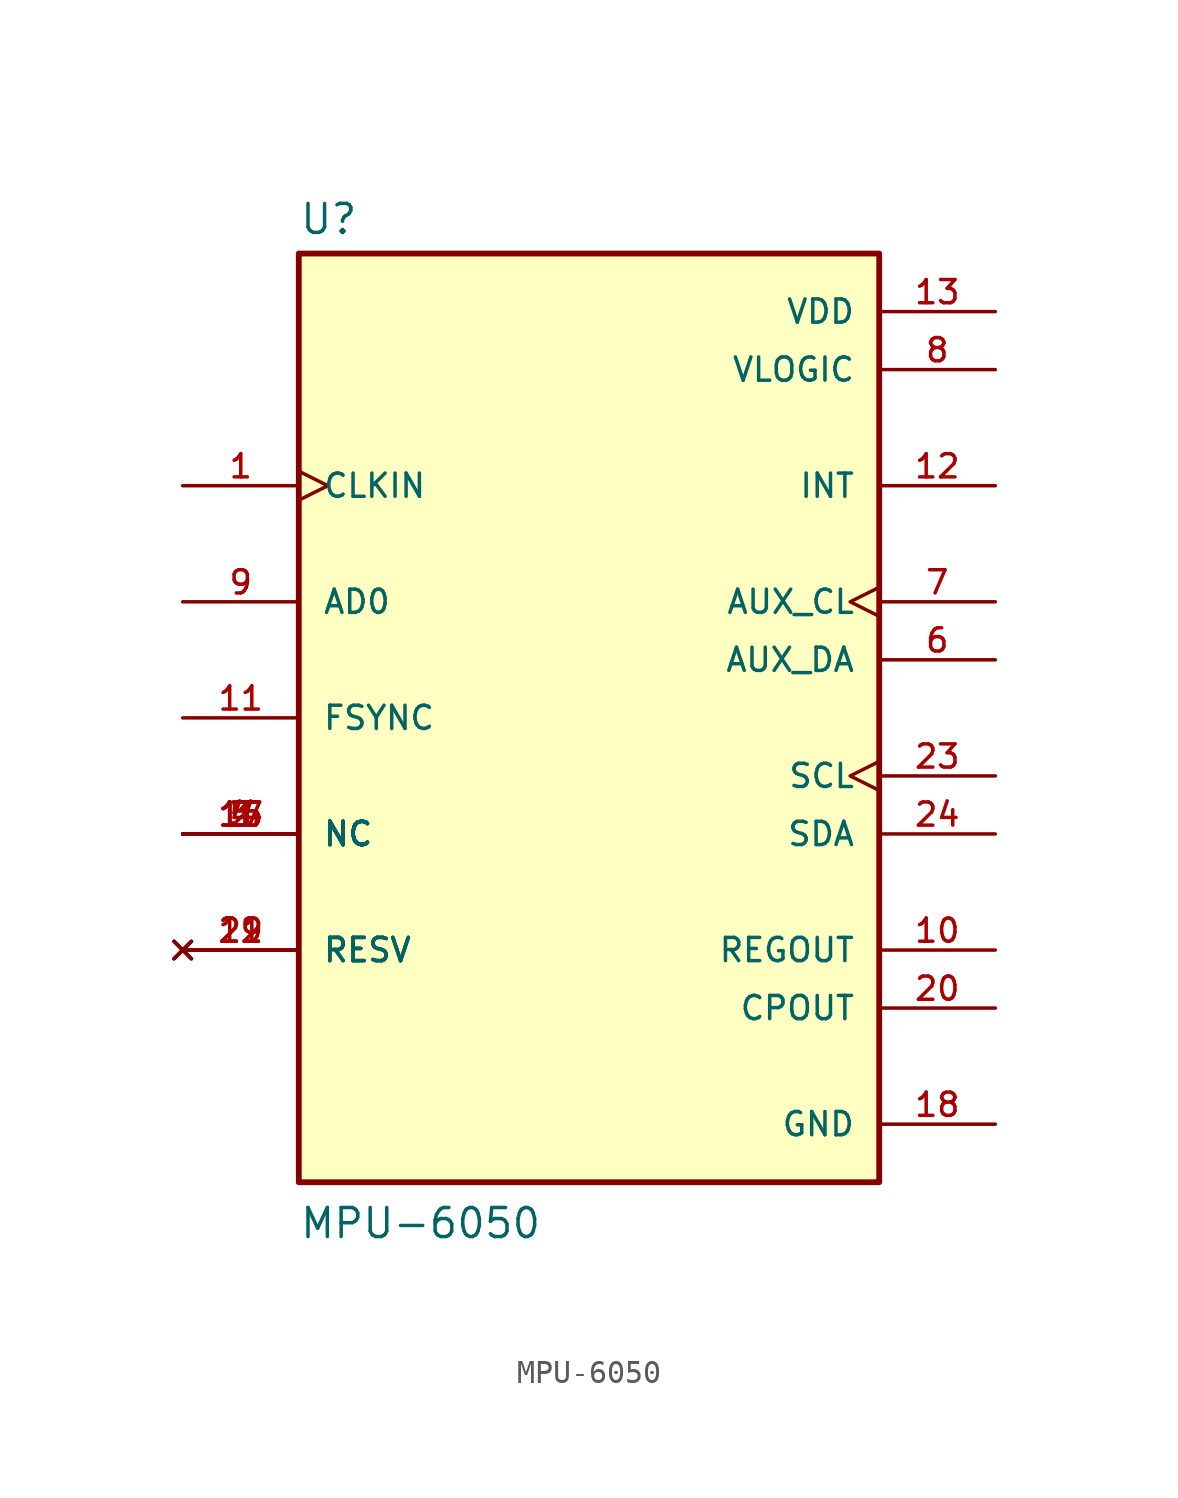
<source format=kicad_sym>
(kicad_symbol_lib
  (version 20241209)
  (generator "kicad_symbol_editor")
  (generator_version "9.0")
  (symbol "MPU-6050"
    (pin_names
      (offset 1.016))
    (property "Reference" "U"
      (at -12.7 21.082 0)
      (effects (font (size 1.27 1.27)) (justify left bottom)))
    (property "Value" "MPU-6050"
      (at -12.7 -22.86 0)
      (effects (font (size 1.27 1.27)) (justify left bottom)))
    (symbol "MPU-6050_0_0"
      (rectangle (start -12.7 -20.32) (end 12.7 20.32) (stroke (width 0.254) (type default)) (fill (type background)))
      (pin input clock (at -17.78 10.16 0) (length 5.08) (name "CLKIN" (effects (font (size 1.016 1.016)))) (number "1" (effects (font (size 1.016 1.016)))))
      (pin input line (at -17.78 5.08 0) (length 5.08) (name "AD0" (effects (font (size 1.016 1.016)))) (number "9" (effects (font (size 1.016 1.016)))))
      (pin input line (at -17.78 0 0) (length 5.08) (name "FSYNC" (effects (font (size 1.016 1.016)))) (number "11" (effects (font (size 1.016 1.016)))))
      (pin passive line (at -17.78 -5.08 0) (length 5.08) (name "NC" (effects (font (size 1.016 1.016)))) (number "14" (effects (font (size 1.016 1.016)))))
      (pin passive line (at -17.78 -5.08 0) (length 5.08) (name "NC" (effects (font (size 1.016 1.016)))) (number "15" (effects (font (size 1.016 1.016)))))
      (pin passive line (at -17.78 -5.08 0) (length 5.08) (name "NC" (effects (font (size 1.016 1.016)))) (number "16" (effects (font (size 1.016 1.016)))))
      (pin passive line (at -17.78 -5.08 0) (length 5.08) (name "NC" (effects (font (size 1.016 1.016)))) (number "17" (effects (font (size 1.016 1.016)))))
      (pin passive line (at -17.78 -5.08 0) (length 5.08) (name "NC" (effects (font (size 1.016 1.016)))) (number "2" (effects (font (size 1.016 1.016)))))
      (pin passive line (at -17.78 -5.08 0) (length 5.08) (name "NC" (effects (font (size 1.016 1.016)))) (number "3" (effects (font (size 1.016 1.016)))))
      (pin passive line (at -17.78 -5.08 0) (length 5.08) (name "NC" (effects (font (size 1.016 1.016)))) (number "4" (effects (font (size 1.016 1.016)))))
      (pin passive line (at -17.78 -5.08 0) (length 5.08) (name "NC" (effects (font (size 1.016 1.016)))) (number "5" (effects (font (size 1.016 1.016)))))
      (pin no_connect line (at -17.78 -10.16 0) (length 5.08) (name "RESV" (effects (font (size 1.016 1.016)))) (number "19" (effects (font (size 1.016 1.016)))))
      (pin no_connect line (at -17.78 -10.16 0) (length 5.08) (name "RESV" (effects (font (size 1.016 1.016)))) (number "21" (effects (font (size 1.016 1.016)))))
      (pin no_connect line (at -17.78 -10.16 0) (length 5.08) (name "RESV" (effects (font (size 1.016 1.016)))) (number "22" (effects (font (size 1.016 1.016)))))
      (pin power_in line (at 17.78 17.78 180) (length 5.08) (name "VDD" (effects (font (size 1.016 1.016)))) (number "13" (effects (font (size 1.016 1.016)))))
      (pin power_in line (at 17.78 15.24 180) (length 5.08) (name "VLOGIC" (effects (font (size 1.016 1.016)))) (number "8" (effects (font (size 1.016 1.016)))))
      (pin output line (at 17.78 10.16 180) (length 5.08) (name "INT" (effects (font (size 1.016 1.016)))) (number "12" (effects (font (size 1.016 1.016)))))
      (pin output clock (at 17.78 5.08 180) (length 5.08) (name "AUX_CL" (effects (font (size 1.016 1.016)))) (number "7" (effects (font (size 1.016 1.016)))))
      (pin bidirectional line (at 17.78 2.54 180) (length 5.08) (name "AUX_DA" (effects (font (size 1.016 1.016)))) (number "6" (effects (font (size 1.016 1.016)))))
      (pin input clock (at 17.78 -2.54 180) (length 5.08) (name "SCL" (effects (font (size 1.016 1.016)))) (number "23" (effects (font (size 1.016 1.016)))))
      (pin bidirectional line (at 17.78 -5.08 180) (length 5.08) (name "SDA" (effects (font (size 1.016 1.016)))) (number "24" (effects (font (size 1.016 1.016)))))
      (pin passive line (at 17.78 -10.16 180) (length 5.08) (name "REGOUT" (effects (font (size 1.016 1.016)))) (number "10" (effects (font (size 1.016 1.016)))))
      (pin passive line (at 17.78 -12.7 180) (length 5.08) (name "CPOUT" (effects (font (size 1.016 1.016)))) (number "20" (effects (font (size 1.016 1.016)))))
      (pin power_in line (at 17.78 -17.78 180) (length 5.08) (name "GND" (effects (font (size 1.016 1.016)))) (number "18" (effects (font (size 1.016 1.016))))))))
</source>
